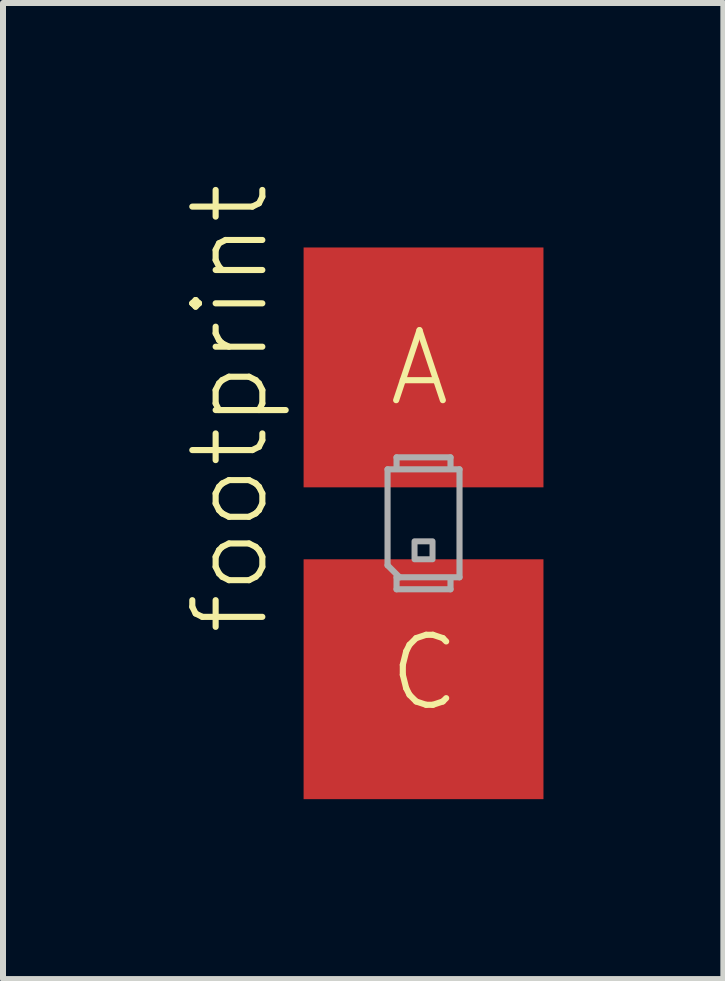
<source format=kicad_pcb>
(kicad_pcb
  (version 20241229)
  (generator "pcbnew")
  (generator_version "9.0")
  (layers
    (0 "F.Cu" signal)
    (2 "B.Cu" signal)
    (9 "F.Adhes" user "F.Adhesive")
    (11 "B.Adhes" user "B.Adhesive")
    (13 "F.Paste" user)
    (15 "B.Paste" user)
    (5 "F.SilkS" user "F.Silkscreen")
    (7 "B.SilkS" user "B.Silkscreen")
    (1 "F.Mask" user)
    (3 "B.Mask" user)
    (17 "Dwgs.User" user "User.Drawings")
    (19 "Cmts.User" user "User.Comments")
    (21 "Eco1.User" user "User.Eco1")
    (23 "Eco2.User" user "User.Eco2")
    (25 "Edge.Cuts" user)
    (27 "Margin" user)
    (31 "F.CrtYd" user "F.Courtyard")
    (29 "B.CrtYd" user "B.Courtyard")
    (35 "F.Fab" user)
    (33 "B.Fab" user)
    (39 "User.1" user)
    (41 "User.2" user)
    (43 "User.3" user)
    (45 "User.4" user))
  (footprint "footprint"
    (layer "F.Cu")
    (at 4.013 5.677)
    (property "Reference" "footprint" (at -2.54 1.905 90) (layer "F.SilkS") (effects (font (size 1.168 1.168) (thickness 0.102)) (justify left bottom)))
    (fp_poly (pts (xy -0.5 -0.6) (xy 0.5 -0.6) (xy 0.5 -1.4) (xy -0.5 -1.4)) (stroke (width 0) (type solid)) (fill yes) (layer "F.Paste"))
    (fp_poly (pts (xy -0.5 1.4) (xy 0.5 1.4) (xy 0.5 0.6) (xy -0.5 0.6)) (stroke (width 0) (type solid)) (fill yes) (layer "F.Paste"))
    (fp_poly (pts (xy -0.45 -0.65) (xy 0.45 -0.65) (xy 0.45 -1.35) (xy -0.45 -1.35)) (stroke (width 0) (type solid)) (fill yes) (layer "F.Paste"))
    (fp_poly (pts (xy -0.45 1.35) (xy 0.45 1.35) (xy 0.45 0.65) (xy -0.45 0.65)) (stroke (width 0) (type solid)) (fill yes) (layer "F.Paste"))
    (fp_line (start -0.6 -0.9) (end -0.6 0.7) (stroke (width 0.102) (type solid)) (layer "F.Fab"))
    (fp_line (start -0.6 0.7) (end -0.4 0.9) (stroke (width 0.102) (type solid)) (layer "F.Fab"))
    (fp_line (start -0.45 -1.1) (end 0.45 -1.1) (stroke (width 0.102) (type solid)) (layer "F.Fab"))
    (fp_line (start -0.45 -0.95) (end -0.45 -1.1) (stroke (width 0.102) (type solid)) (layer "F.Fab"))
    (fp_line (start -0.45 0.9) (end -0.45 1.1) (stroke (width 0.102) (type solid)) (layer "F.Fab"))
    (fp_line (start -0.45 0.9) (end -0.4 0.9) (stroke (width 0.102) (type solid)) (layer "F.Fab"))
    (fp_line (start -0.45 1.1) (end 0.45 1.1) (stroke (width 0.102) (type solid)) (layer "F.Fab"))
    (fp_line (start -0.4 0.9) (end 0.6 0.9) (stroke (width 0.102) (type solid)) (layer "F.Fab"))
    (fp_line (start 0.45 -1.1) (end 0.45 -0.95) (stroke (width 0.102) (type solid)) (layer "F.Fab"))
    (fp_line (start 0.45 1.1) (end 0.45 0.95) (stroke (width 0.102) (type solid)) (layer "F.Fab"))
    (fp_line (start 0.6 -0.9) (end -0.6 -0.9) (stroke (width 0.102) (type solid)) (layer "F.Fab"))
    (fp_line (start 0.6 0.9) (end 0.6 -0.9) (stroke (width 0.102) (type solid)) (layer "F.Fab"))
    (fp_poly (pts (xy -0.15 0.6) (xy 0.15 0.6) (xy 0.15 0.3) (xy -0.15 0.3)) (stroke (width 0.1) (type solid)) (fill no) (layer "F.Fab"))
    (fp_text user "C" (at -0.635 3.175 0) (layer "F.SilkS") (effects (font (size 1.168 1.168) (thickness 0.102)) (justify left bottom)))
    (fp_text user "A" (at -0.635 -1.905 0) (layer "F.SilkS") (effects (font (size 1.168 1.168) (thickness 0.102)) (justify left bottom)))
    (pad "A" smd rect (at 0 -2.6) (size 4 4) (layers "F.Cu"))
    (pad "C" smd rect (at 0 2.6) (size 4 4) (layers "F.Cu")))
  (gr_rect
    (start -3 -3)
    (end 9.013 13.277)
    (stroke (width 0.1) (type default))
    (fill no)
    (layer "Edge.Cuts")))
</source>
